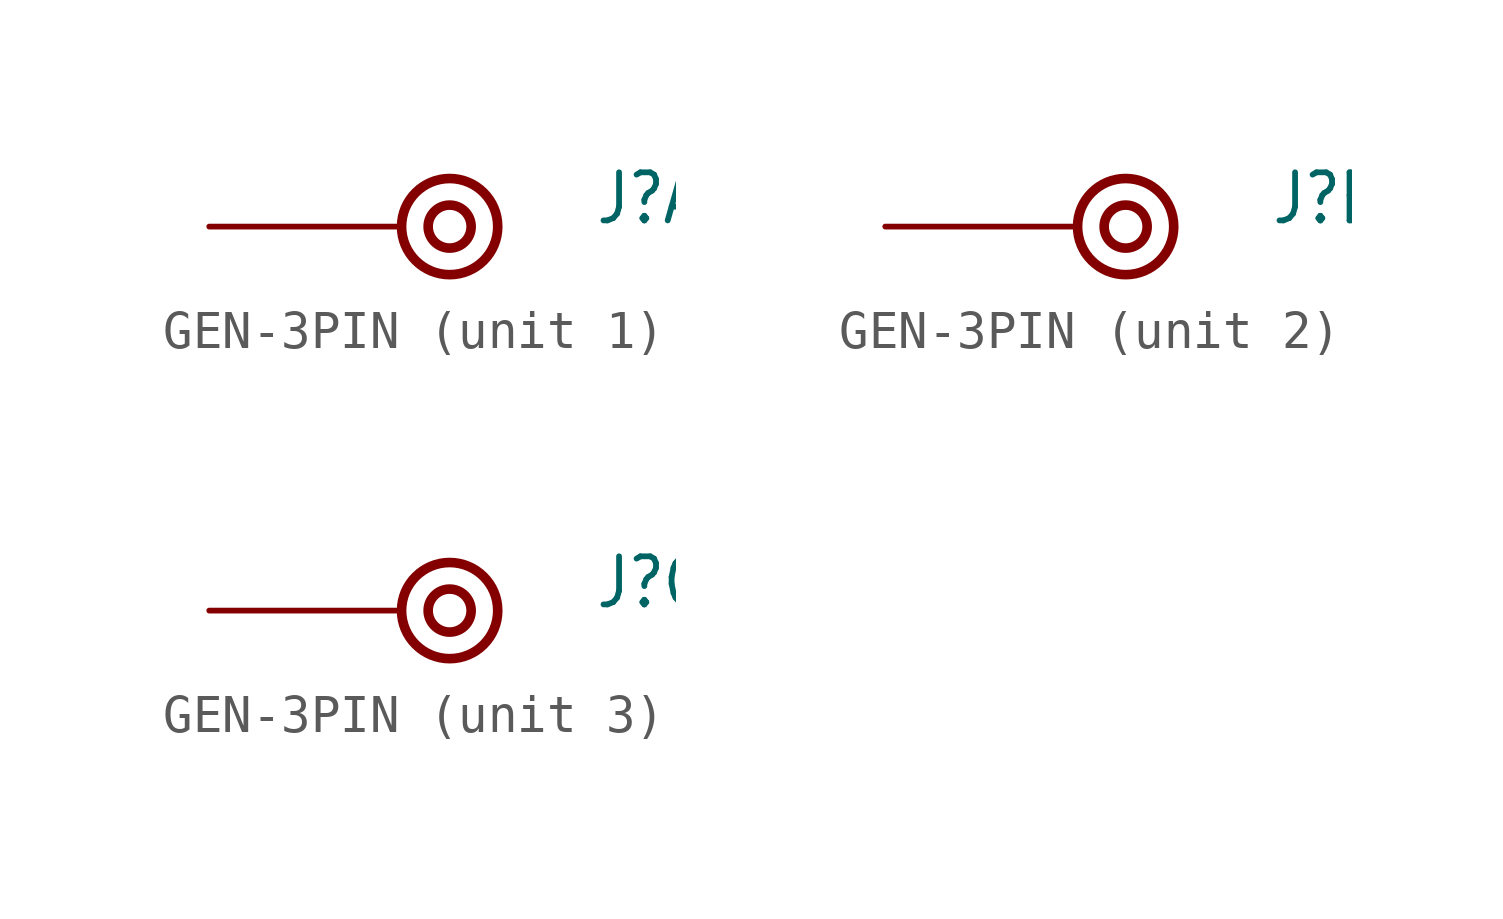
<source format=kicad_sym>
(kicad_symbol_lib
  (version 20231120)
  (generator "kicad_symbol_editor")
  (generator_version "8.0")
  (symbol "GEN-3PIN"
    (property "Reference" "J"
      (at 5.08 0 0)
      (effects (font (size 1.27 1.079)) (justify left bottom)))
    (property "Value" ""
      (at 5.08 -1.524 0)
      (effects (font (size 1.27 1.079)) (justify left bottom)))
    (property "ki_locked" ""
      (at 0 0 0)
      (effects (font (size 1.27 1.27))))
    (symbol "GEN-3PIN_1_0"
      (circle (center 1.27 0) (radius 0.568) (stroke (width 0.254) (type solid)) (fill (type none)))
      (circle (center 1.27 0) (radius 1.27) (stroke (width 0.254) (type solid)) (fill (type none)))
      (pin bidirectional line (at -5.08 0 0) (length 5.08) (name "P$1" (effects (font (size 0 0)))) (number "1" (effects (font (size 0 0))))))
    (symbol "GEN-3PIN_2_0"
      (circle (center 1.27 0) (radius 0.568) (stroke (width 0.254) (type solid)) (fill (type none)))
      (circle (center 1.27 0) (radius 1.27) (stroke (width 0.254) (type solid)) (fill (type none)))
      (pin bidirectional line (at -5.08 0 0) (length 5.08) (name "P$1" (effects (font (size 0 0)))) (number "2" (effects (font (size 0 0))))))
    (symbol "GEN-3PIN_3_0"
      (circle (center 1.27 0) (radius 0.568) (stroke (width 0.254) (type solid)) (fill (type none)))
      (circle (center 1.27 0) (radius 1.27) (stroke (width 0.254) (type solid)) (fill (type none)))
      (pin bidirectional line (at -5.08 0 0) (length 5.08) (name "P$1" (effects (font (size 0 0)))) (number "3" (effects (font (size 0 0))))))))
</source>
